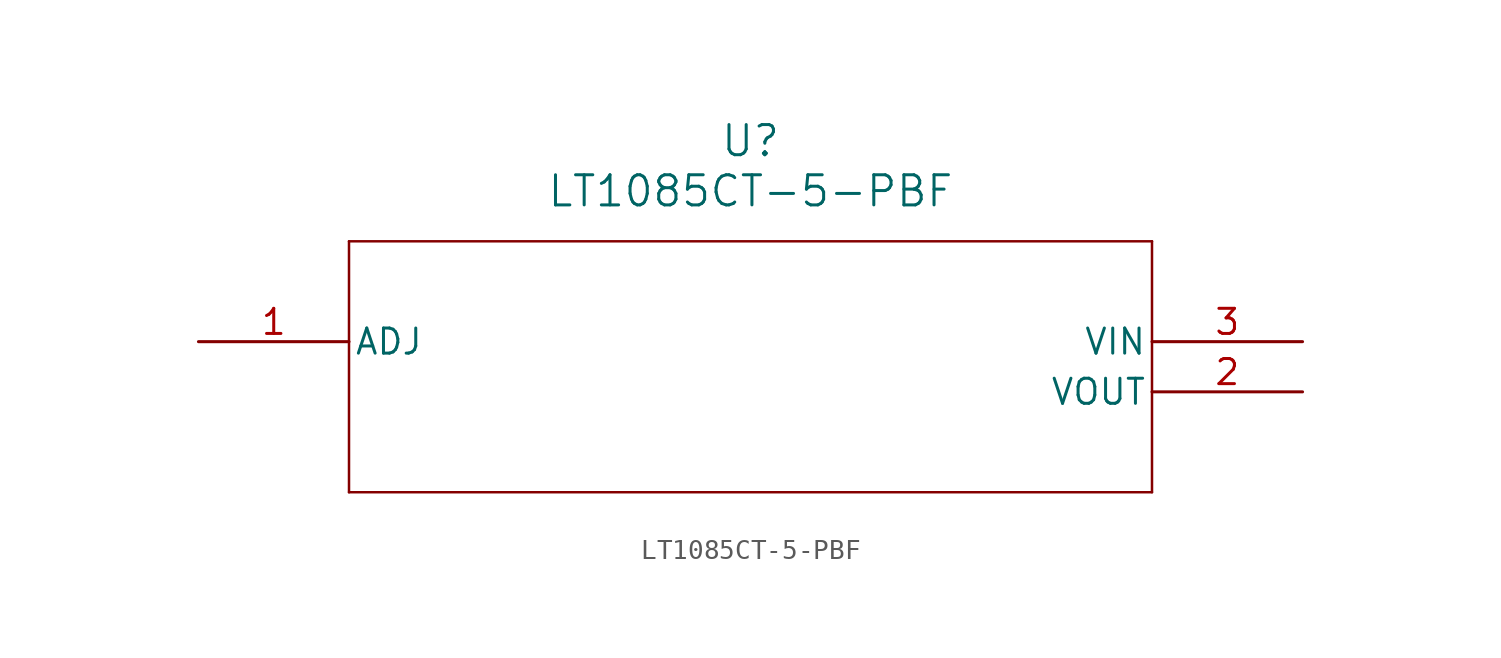
<source format=kicad_sym>
(kicad_symbol_lib
  (version 20211014)
  (generator kicad_symbol_editor)
  (symbol "LT1085CT-5-PBF"
    (pin_names
      (offset 0.254))
    (property "Reference" "U"
      (at 27.94 10.16 0)
      (effects (font (size 1.524 1.524))))
    (property "Value" "LT1085CT-5-PBF"
      (at 27.94 7.62 0)
      (effects (font (size 1.524 1.524))))
    (symbol "LT1085CT-5-PBF_0_1"
      (polyline (pts (xy 7.62 5.08) (xy 7.62 -7.62)) (stroke (width 0.127) (type default) (color 0 0 0 0)) (fill (type none)))
      (polyline (pts (xy 7.62 -7.62) (xy 48.26 -7.62)) (stroke (width 0.127) (type default) (color 0 0 0 0)) (fill (type none)))
      (polyline (pts (xy 48.26 -7.62) (xy 48.26 5.08)) (stroke (width 0.127) (type default) (color 0 0 0 0)) (fill (type none)))
      (polyline (pts (xy 48.26 5.08) (xy 7.62 5.08)) (stroke (width 0.127) (type default) (color 0 0 0 0)) (fill (type none)))
      (pin unspecified line (at 0 0 0) (length 7.62) (name "ADJ" (effects (font (size 1.27 1.27)))) (number "1" (effects (font (size 1.27 1.27)))))
      (pin output line (at 55.88 -2.54 180) (length 7.62) (name "VOUT" (effects (font (size 1.27 1.27)))) (number "2" (effects (font (size 1.27 1.27)))))
      (pin input line (at 55.88 0 180) (length 7.62) (name "VIN" (effects (font (size 1.27 1.27)))) (number "3" (effects (font (size 1.27 1.27))))))))
</source>
